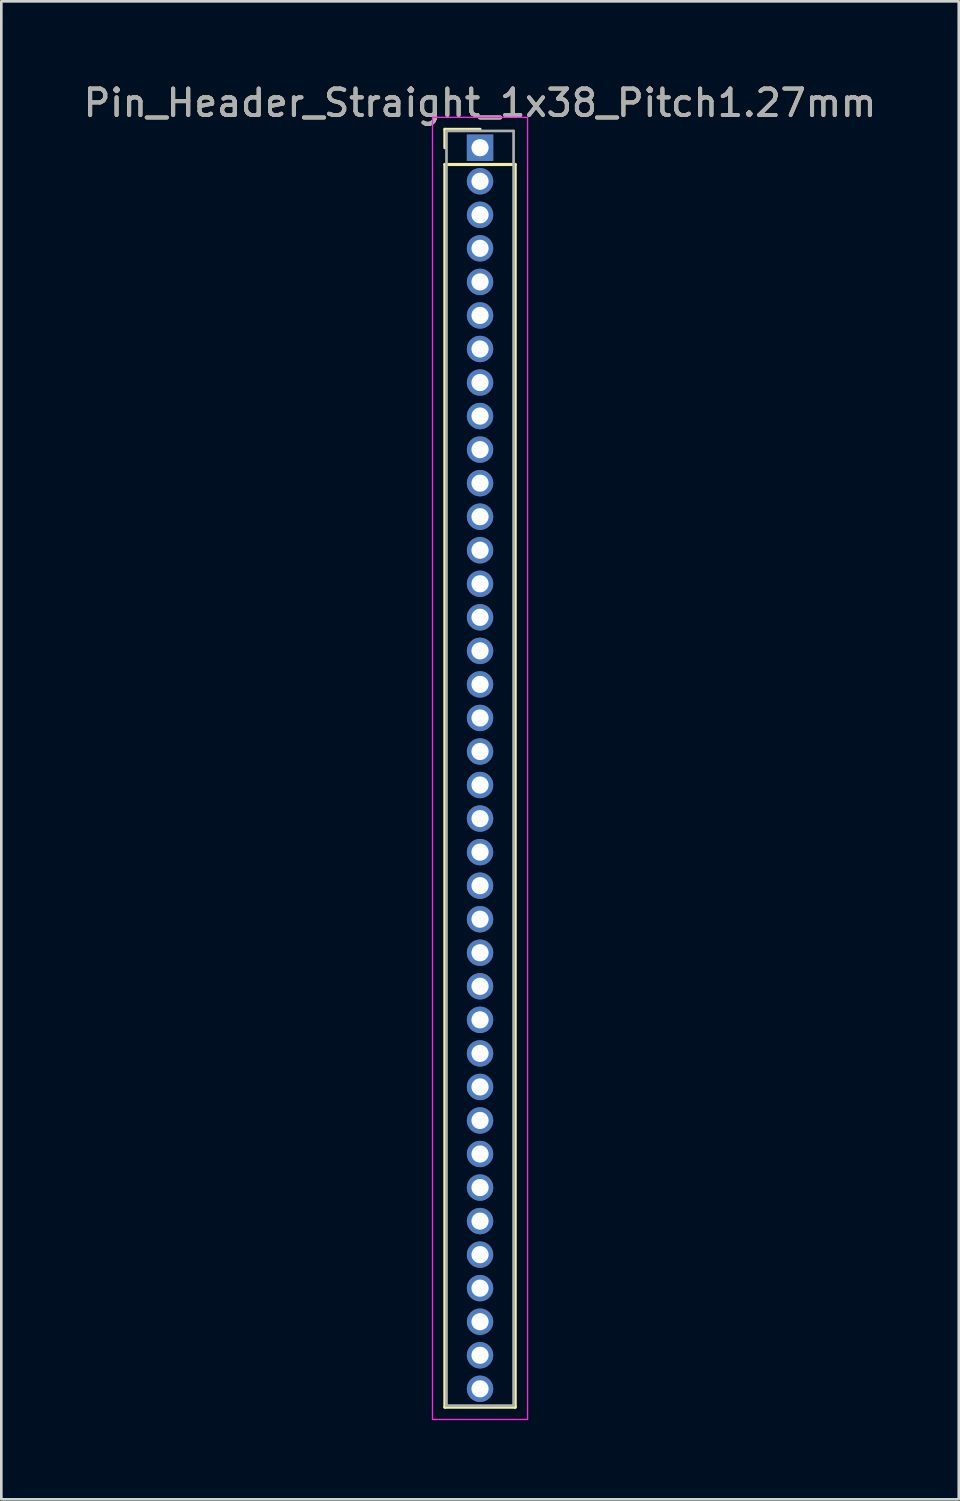
<source format=kicad_pcb>
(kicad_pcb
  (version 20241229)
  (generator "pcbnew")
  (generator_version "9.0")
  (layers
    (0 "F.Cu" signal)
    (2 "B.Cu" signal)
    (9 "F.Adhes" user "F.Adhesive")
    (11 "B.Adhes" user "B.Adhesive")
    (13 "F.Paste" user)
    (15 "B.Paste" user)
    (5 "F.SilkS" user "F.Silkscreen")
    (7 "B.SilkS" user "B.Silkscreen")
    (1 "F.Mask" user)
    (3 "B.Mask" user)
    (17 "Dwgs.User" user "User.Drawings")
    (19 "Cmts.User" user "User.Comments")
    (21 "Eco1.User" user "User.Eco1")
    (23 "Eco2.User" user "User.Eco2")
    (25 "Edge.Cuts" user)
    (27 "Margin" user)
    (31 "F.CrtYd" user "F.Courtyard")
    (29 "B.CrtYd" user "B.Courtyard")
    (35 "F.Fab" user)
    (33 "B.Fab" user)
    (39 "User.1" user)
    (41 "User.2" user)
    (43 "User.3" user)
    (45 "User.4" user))
  (footprint "Pin_Header_Straight_1x38_Pitch1.27mm"
    (layer "F.Cu")
    (at 15.125 2.543)
    (property "Reference" "Pin_Header_Straight_1x38_Pitch1.27mm" (at 0 -1.695 0) (layer "F.SilkS") (effects (font (size 1 1) (thickness 0.15))))
    (attr through_hole)
    (fp_line (start -1.33 -0.695) (end 0 -0.695) (stroke (width 0.12) (type solid)) (layer "F.SilkS"))
    (fp_line (start -1.33 0) (end -1.33 -0.695) (stroke (width 0.12) (type solid)) (layer "F.SilkS"))
    (fp_line (start -1.33 0.635) (end -1.33 47.685) (stroke (width 0.12) (type solid)) (layer "F.SilkS"))
    (fp_line (start -1.33 47.685) (end 1.33 47.685) (stroke (width 0.12) (type solid)) (layer "F.SilkS"))
    (fp_line (start 1.33 0.635) (end -1.33 0.635) (stroke (width 0.12) (type solid)) (layer "F.SilkS"))
    (fp_line (start 1.33 47.685) (end 1.33 0.635) (stroke (width 0.12) (type solid)) (layer "F.SilkS"))
    (fp_line (start -1.8 -1.15) (end -1.8 48.15) (stroke (width 0.05) (type solid)) (layer "F.CrtYd"))
    (fp_line (start -1.8 48.15) (end 1.8 48.15) (stroke (width 0.05) (type solid)) (layer "F.CrtYd"))
    (fp_line (start 1.8 -1.15) (end -1.8 -1.15) (stroke (width 0.05) (type solid)) (layer "F.CrtYd"))
    (fp_line (start 1.8 48.15) (end 1.8 -1.15) (stroke (width 0.05) (type solid)) (layer "F.CrtYd"))
    (fp_line (start -1.27 -0.635) (end -1.27 47.625) (stroke (width 0.1) (type solid)) (layer "F.Fab"))
    (fp_line (start -1.27 47.625) (end 1.27 47.625) (stroke (width 0.1) (type solid)) (layer "F.Fab"))
    (fp_line (start 1.27 -0.635) (end -1.27 -0.635) (stroke (width 0.1) (type solid)) (layer "F.Fab"))
    (fp_line (start 1.27 47.625) (end 1.27 -0.635) (stroke (width 0.1) (type solid)) (layer "F.Fab"))
    (fp_text user "${REFERENCE}" (at 0 -1.695 0) (layer "F.Fab") (effects (font (size 1 1) (thickness 0.15))))
    (pad "1" thru_hole rect (at 0 0) (size 1 1) (drill 0.65) (layers "*.Cu" "*.Mask"))
    (pad "2" thru_hole oval (at 0 1.27) (size 1 1) (drill 0.65) (layers "*.Cu" "*.Mask"))
    (pad "3" thru_hole oval (at 0 2.54) (size 1 1) (drill 0.65) (layers "*.Cu" "*.Mask"))
    (pad "4" thru_hole oval (at 0 3.81) (size 1 1) (drill 0.65) (layers "*.Cu" "*.Mask"))
    (pad "5" thru_hole oval (at 0 5.08) (size 1 1) (drill 0.65) (layers "*.Cu" "*.Mask"))
    (pad "6" thru_hole oval (at 0 6.35) (size 1 1) (drill 0.65) (layers "*.Cu" "*.Mask"))
    (pad "7" thru_hole oval (at 0 7.62) (size 1 1) (drill 0.65) (layers "*.Cu" "*.Mask"))
    (pad "8" thru_hole oval (at 0 8.89) (size 1 1) (drill 0.65) (layers "*.Cu" "*.Mask"))
    (pad "9" thru_hole oval (at 0 10.16) (size 1 1) (drill 0.65) (layers "*.Cu" "*.Mask"))
    (pad "10" thru_hole oval (at 0 11.43) (size 1 1) (drill 0.65) (layers "*.Cu" "*.Mask"))
    (pad "11" thru_hole oval (at 0 12.7) (size 1 1) (drill 0.65) (layers "*.Cu" "*.Mask"))
    (pad "12" thru_hole oval (at 0 13.97) (size 1 1) (drill 0.65) (layers "*.Cu" "*.Mask"))
    (pad "13" thru_hole oval (at 0 15.24) (size 1 1) (drill 0.65) (layers "*.Cu" "*.Mask"))
    (pad "14" thru_hole oval (at 0 16.51) (size 1 1) (drill 0.65) (layers "*.Cu" "*.Mask"))
    (pad "15" thru_hole oval (at 0 17.78) (size 1 1) (drill 0.65) (layers "*.Cu" "*.Mask"))
    (pad "16" thru_hole oval (at 0 19.05) (size 1 1) (drill 0.65) (layers "*.Cu" "*.Mask"))
    (pad "17" thru_hole oval (at 0 20.32) (size 1 1) (drill 0.65) (layers "*.Cu" "*.Mask"))
    (pad "18" thru_hole oval (at 0 21.59) (size 1 1) (drill 0.65) (layers "*.Cu" "*.Mask"))
    (pad "19" thru_hole oval (at 0 22.86) (size 1 1) (drill 0.65) (layers "*.Cu" "*.Mask"))
    (pad "20" thru_hole oval (at 0 24.13) (size 1 1) (drill 0.65) (layers "*.Cu" "*.Mask"))
    (pad "21" thru_hole oval (at 0 25.4) (size 1 1) (drill 0.65) (layers "*.Cu" "*.Mask"))
    (pad "22" thru_hole oval (at 0 26.67) (size 1 1) (drill 0.65) (layers "*.Cu" "*.Mask"))
    (pad "23" thru_hole oval (at 0 27.94) (size 1 1) (drill 0.65) (layers "*.Cu" "*.Mask"))
    (pad "24" thru_hole oval (at 0 29.21) (size 1 1) (drill 0.65) (layers "*.Cu" "*.Mask"))
    (pad "25" thru_hole oval (at 0 30.48) (size 1 1) (drill 0.65) (layers "*.Cu" "*.Mask"))
    (pad "26" thru_hole oval (at 0 31.75) (size 1 1) (drill 0.65) (layers "*.Cu" "*.Mask"))
    (pad "27" thru_hole oval (at 0 33.02) (size 1 1) (drill 0.65) (layers "*.Cu" "*.Mask"))
    (pad "28" thru_hole oval (at 0 34.29) (size 1 1) (drill 0.65) (layers "*.Cu" "*.Mask"))
    (pad "29" thru_hole oval (at 0 35.56) (size 1 1) (drill 0.65) (layers "*.Cu" "*.Mask"))
    (pad "30" thru_hole oval (at 0 36.83) (size 1 1) (drill 0.65) (layers "*.Cu" "*.Mask"))
    (pad "31" thru_hole oval (at 0 38.1) (size 1 1) (drill 0.65) (layers "*.Cu" "*.Mask"))
    (pad "32" thru_hole oval (at 0 39.37) (size 1 1) (drill 0.65) (layers "*.Cu" "*.Mask"))
    (pad "33" thru_hole oval (at 0 40.64) (size 1 1) (drill 0.65) (layers "*.Cu" "*.Mask"))
    (pad "34" thru_hole oval (at 0 41.91) (size 1 1) (drill 0.65) (layers "*.Cu" "*.Mask"))
    (pad "35" thru_hole oval (at 0 43.18) (size 1 1) (drill 0.65) (layers "*.Cu" "*.Mask"))
    (pad "36" thru_hole oval (at 0 44.45) (size 1 1) (drill 0.65) (layers "*.Cu" "*.Mask"))
    (pad "37" thru_hole oval (at 0 45.72) (size 1 1) (drill 0.65) (layers "*.Cu" "*.Mask"))
    (pad "38" thru_hole oval (at 0 46.99) (size 1 1) (drill 0.65) (layers "*.Cu" "*.Mask")))
  (gr_rect
    (start -3 -3)
    (end 33.25 53.718)
    (stroke (width 0.1) (type default))
    (fill no)
    (layer "Edge.Cuts")))
</source>
